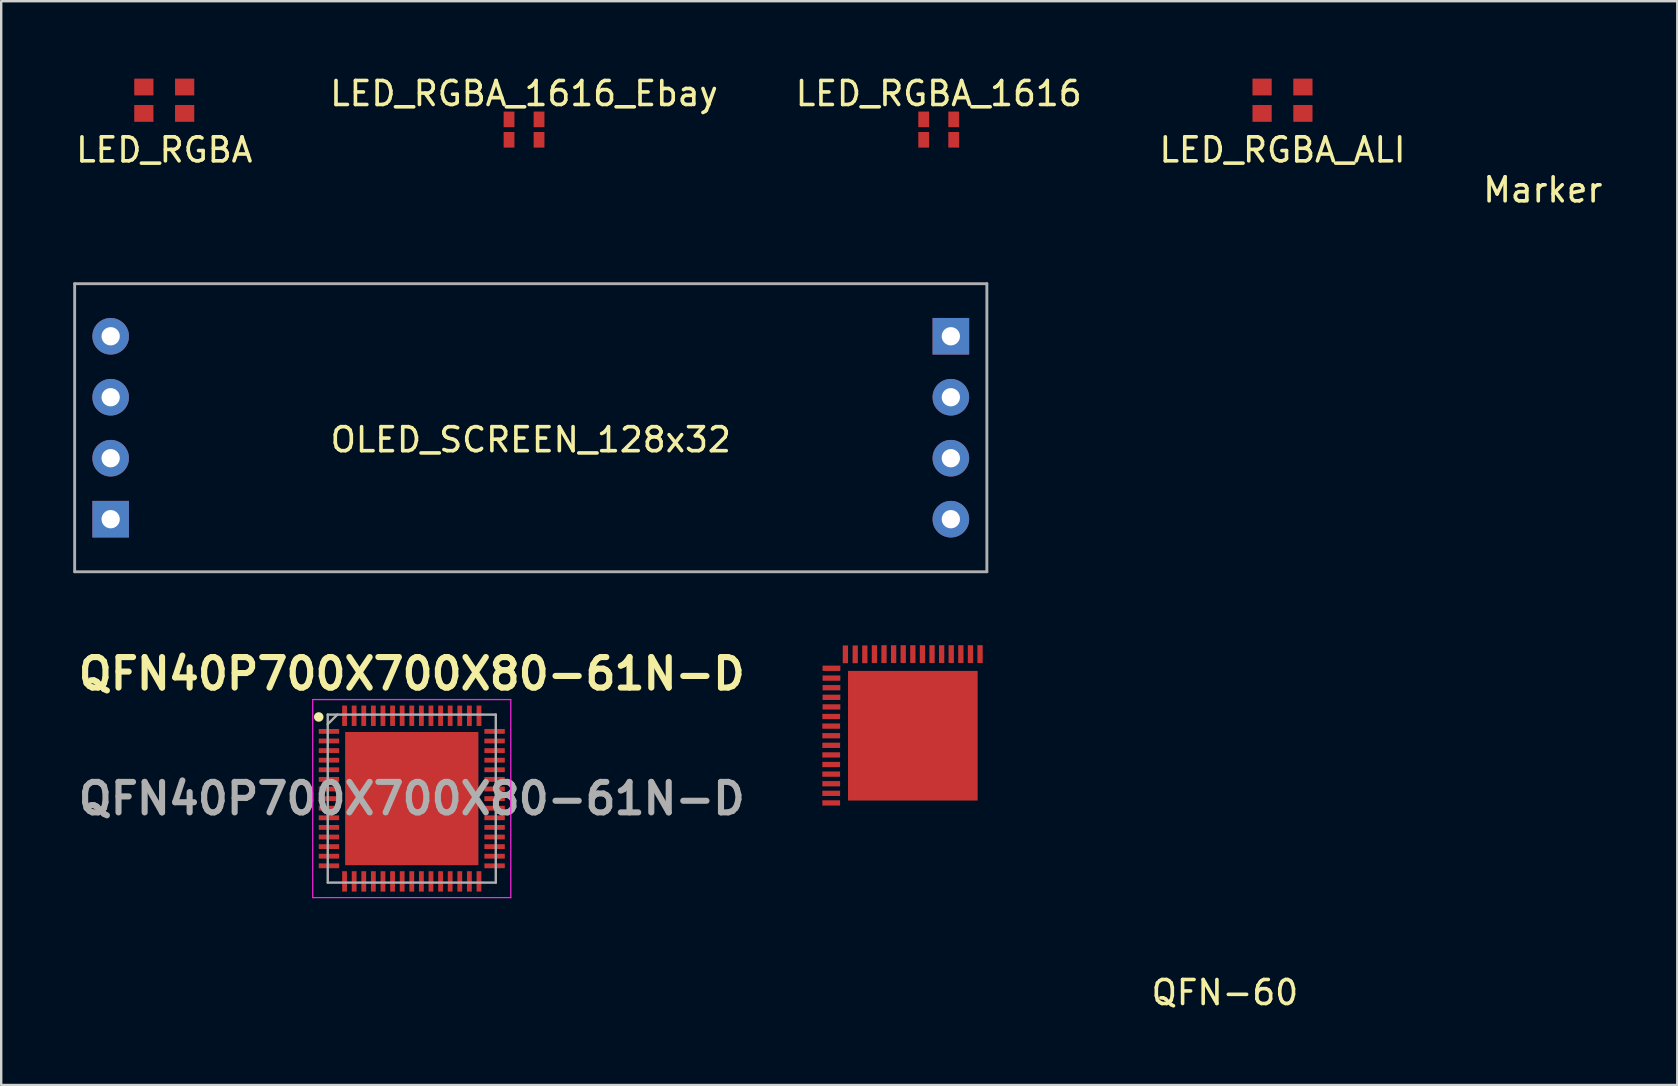
<source format=kicad_pcb>
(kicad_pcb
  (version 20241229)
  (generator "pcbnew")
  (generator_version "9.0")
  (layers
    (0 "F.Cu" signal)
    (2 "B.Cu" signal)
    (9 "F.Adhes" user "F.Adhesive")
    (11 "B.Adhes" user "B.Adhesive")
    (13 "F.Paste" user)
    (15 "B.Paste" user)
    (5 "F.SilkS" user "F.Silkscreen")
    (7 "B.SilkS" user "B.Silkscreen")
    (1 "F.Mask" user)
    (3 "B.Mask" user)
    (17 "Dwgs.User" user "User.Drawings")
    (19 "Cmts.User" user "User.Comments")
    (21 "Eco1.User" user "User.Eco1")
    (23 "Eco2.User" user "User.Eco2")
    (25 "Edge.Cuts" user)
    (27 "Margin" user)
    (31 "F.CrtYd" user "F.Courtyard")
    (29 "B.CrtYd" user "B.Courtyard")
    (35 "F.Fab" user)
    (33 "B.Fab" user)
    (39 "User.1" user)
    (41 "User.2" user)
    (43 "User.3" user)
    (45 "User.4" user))
  (footprint "LED_RGBA"
    (layer "F.Cu")
    (at 3.792 1.125)
    (property "Reference" "LED_RGBA" (at 0 2.07 0) (layer "F.SilkS") (effects (font (size 1 1) (thickness 0.15))))
    (fp_line (start -1.05 -1.05) (end 1.05 -1.05) (stroke (width 0.15) (type solid)) (layer "User.7"))
    (fp_line (start -1.05 1.05) (end -1.05 -1.05) (stroke (width 0.15) (type solid)) (layer "User.7"))
    (fp_line (start 1.05 -1.05) (end 1.05 1.05) (stroke (width 0.15) (type solid)) (layer "User.7"))
    (fp_line (start 1.05 1.05) (end -1.05 1.05) (stroke (width 0.15) (type solid)) (layer "User.7"))
    (pad "1" smd rect (at 0.85 0.55) (size 0.8 0.7) (layers "F.Cu" "F.Mask" "F.Paste"))
    (pad "2" smd rect (at 0.85 -0.55) (size 0.8 0.7) (layers "F.Cu" "F.Mask" "F.Paste"))
    (pad "3" smd rect (at -0.85 0.55) (size 0.8 0.7) (layers "F.Cu" "F.Mask" "F.Paste"))
    (pad "4" smd rect (at -0.85 -0.55) (size 0.8 0.7) (layers "F.Cu" "F.Mask" "F.Paste")))
  (footprint "LED_RGBA_ALI"
    (layer "F.Cu")
    (at 50.375 1.125)
    (property "Reference" "LED_RGBA_ALI" (at 0 2.07 0) (layer "F.SilkS") (effects (font (size 1 1) (thickness 0.15))))
    (fp_line (start -1.05 -1.05) (end 1.05 -1.05) (stroke (width 0.15) (type solid)) (layer "User.7"))
    (fp_line (start -1.05 1.05) (end -1.05 -1.05) (stroke (width 0.15) (type solid)) (layer "User.7"))
    (fp_line (start 1.05 -1.05) (end 1.05 1.05) (stroke (width 0.15) (type solid)) (layer "User.7"))
    (fp_line (start 1.05 1.05) (end -1.05 1.05) (stroke (width 0.15) (type solid)) (layer "User.7"))
    (pad "1" smd rect (at 0.85 -0.55) (size 0.8 0.7) (layers "F.Cu" "F.Mask" "F.Paste"))
    (pad "2" smd rect (at -0.85 0.55) (size 0.8 0.7) (layers "F.Cu" "F.Mask" "F.Paste"))
    (pad "3" smd rect (at -0.85 -0.55) (size 0.8 0.7) (layers "F.Cu" "F.Mask" "F.Paste"))
    (pad "4" smd rect (at 0.85 0.55) (size 0.8 0.7) (layers "F.Cu" "F.Mask" "F.Paste")))
  (footprint "QFN40P700X700X80-61N-D"
    (layer "F.Cu")
    (at 14.103 30.217)
    (property "Reference" "QFN40P700X700X80-61N-D" (at 0 -5.2 0) (layer "F.SilkS") (effects (font (size 1.27 1.27) (thickness 0.254))))
    (attr smd)
    (fp_circle (center -3.875 -3.4) (end -3.875 -3.3) (stroke (width 0.2) (type solid)) (fill no) (layer "F.SilkS"))
    (fp_line (start -4.125 -4.125) (end 4.125 -4.125) (stroke (width 0.05) (type solid)) (layer "F.CrtYd"))
    (fp_line (start -4.125 4.125) (end -4.125 -4.125) (stroke (width 0.05) (type solid)) (layer "F.CrtYd"))
    (fp_line (start 4.125 -4.125) (end 4.125 4.125) (stroke (width 0.05) (type solid)) (layer "F.CrtYd"))
    (fp_line (start 4.125 4.125) (end -4.125 4.125) (stroke (width 0.05) (type solid)) (layer "F.CrtYd"))
    (fp_line (start -3.5 -3.5) (end 3.5 -3.5) (stroke (width 0.1) (type solid)) (layer "F.Fab"))
    (fp_line (start -3.5 -3.1) (end -3.1 -3.5) (stroke (width 0.1) (type solid)) (layer "F.Fab"))
    (fp_line (start -3.5 3.5) (end -3.5 -3.5) (stroke (width 0.1) (type solid)) (layer "F.Fab"))
    (fp_line (start 3.5 -3.5) (end 3.5 3.5) (stroke (width 0.1) (type solid)) (layer "F.Fab"))
    (fp_line (start 3.5 3.5) (end -3.5 3.5) (stroke (width 0.1) (type solid)) (layer "F.Fab"))
    (fp_text user "${REFERENCE}" (at 0 0 0) (layer "F.Fab") (effects (font (size 1.27 1.27) (thickness 0.254))))
    (pad "1" smd rect (at -3.45 -2.8 90) (size 0.2 0.85) (layers "F.Cu" "F.Mask" "F.Paste"))
    (pad "2" smd rect (at -3.45 -2.4 90) (size 0.2 0.85) (layers "F.Cu" "F.Mask" "F.Paste"))
    (pad "3" smd rect (at -3.45 -2 90) (size 0.2 0.85) (layers "F.Cu" "F.Mask" "F.Paste"))
    (pad "4" smd rect (at -3.45 -1.6 90) (size 0.2 0.85) (layers "F.Cu" "F.Mask" "F.Paste"))
    (pad "5" smd rect (at -3.45 -1.2 90) (size 0.2 0.85) (layers "F.Cu" "F.Mask" "F.Paste"))
    (pad "6" smd rect (at -3.45 -0.8 90) (size 0.2 0.85) (layers "F.Cu" "F.Mask" "F.Paste"))
    (pad "7" smd rect (at -3.45 -0.4 90) (size 0.2 0.85) (layers "F.Cu" "F.Mask" "F.Paste"))
    (pad "8" smd rect (at -3.45 0 90) (size 0.2 0.85) (layers "F.Cu" "F.Mask" "F.Paste"))
    (pad "9" smd rect (at -3.45 0.4 90) (size 0.2 0.85) (layers "F.Cu" "F.Mask" "F.Paste"))
    (pad "10" smd rect (at -3.45 0.8 90) (size 0.2 0.85) (layers "F.Cu" "F.Mask" "F.Paste"))
    (pad "11" smd rect (at -3.45 1.2 90) (size 0.2 0.85) (layers "F.Cu" "F.Mask" "F.Paste"))
    (pad "12" smd rect (at -3.45 1.6 90) (size 0.2 0.85) (layers "F.Cu" "F.Mask" "F.Paste"))
    (pad "13" smd rect (at -3.45 2 90) (size 0.2 0.85) (layers "F.Cu" "F.Mask" "F.Paste"))
    (pad "14" smd rect (at -3.45 2.4 90) (size 0.2 0.85) (layers "F.Cu" "F.Mask" "F.Paste"))
    (pad "15" smd rect (at -3.45 2.8 90) (size 0.2 0.85) (layers "F.Cu" "F.Mask" "F.Paste"))
    (pad "16" smd rect (at -2.8 3.45) (size 0.2 0.85) (layers "F.Cu" "F.Mask" "F.Paste"))
    (pad "17" smd rect (at -2.4 3.45) (size 0.2 0.85) (layers "F.Cu" "F.Mask" "F.Paste"))
    (pad "18" smd rect (at -2 3.45) (size 0.2 0.85) (layers "F.Cu" "F.Mask" "F.Paste"))
    (pad "19" smd rect (at -1.6 3.45) (size 0.2 0.85) (layers "F.Cu" "F.Mask" "F.Paste"))
    (pad "20" smd rect (at -1.2 3.45) (size 0.2 0.85) (layers "F.Cu" "F.Mask" "F.Paste"))
    (pad "21" smd rect (at -0.8 3.45) (size 0.2 0.85) (layers "F.Cu" "F.Mask" "F.Paste"))
    (pad "22" smd rect (at -0.4 3.45) (size 0.2 0.85) (layers "F.Cu" "F.Mask" "F.Paste"))
    (pad "23" smd rect (at 0 3.45) (size 0.2 0.85) (layers "F.Cu" "F.Mask" "F.Paste"))
    (pad "24" smd rect (at 0.4 3.45) (size 0.2 0.85) (layers "F.Cu" "F.Mask" "F.Paste"))
    (pad "25" smd rect (at 0.8 3.45) (size 0.2 0.85) (layers "F.Cu" "F.Mask" "F.Paste"))
    (pad "26" smd rect (at 1.2 3.45) (size 0.2 0.85) (layers "F.Cu" "F.Mask" "F.Paste"))
    (pad "27" smd rect (at 1.6 3.45) (size 0.2 0.85) (layers "F.Cu" "F.Mask" "F.Paste"))
    (pad "28" smd rect (at 2 3.45) (size 0.2 0.85) (layers "F.Cu" "F.Mask" "F.Paste"))
    (pad "29" smd rect (at 2.4 3.45) (size 0.2 0.85) (layers "F.Cu" "F.Mask" "F.Paste"))
    (pad "30" smd rect (at 2.8 3.45) (size 0.2 0.85) (layers "F.Cu" "F.Mask" "F.Paste"))
    (pad "31" smd rect (at 3.45 2.8 90) (size 0.2 0.85) (layers "F.Cu" "F.Mask" "F.Paste"))
    (pad "32" smd rect (at 3.45 2.4 90) (size 0.2 0.85) (layers "F.Cu" "F.Mask" "F.Paste"))
    (pad "33" smd rect (at 3.45 2 90) (size 0.2 0.85) (layers "F.Cu" "F.Mask" "F.Paste"))
    (pad "34" smd rect (at 3.45 1.6 90) (size 0.2 0.85) (layers "F.Cu" "F.Mask" "F.Paste"))
    (pad "35" smd rect (at 3.45 1.2 90) (size 0.2 0.85) (layers "F.Cu" "F.Mask" "F.Paste"))
    (pad "36" smd rect (at 3.45 0.8 90) (size 0.2 0.85) (layers "F.Cu" "F.Mask" "F.Paste"))
    (pad "37" smd rect (at 3.45 0.4 90) (size 0.2 0.85) (layers "F.Cu" "F.Mask" "F.Paste"))
    (pad "38" smd rect (at 3.45 0 90) (size 0.2 0.85) (layers "F.Cu" "F.Mask" "F.Paste"))
    (pad "39" smd rect (at 3.45 -0.4 90) (size 0.2 0.85) (layers "F.Cu" "F.Mask" "F.Paste"))
    (pad "40" smd rect (at 3.45 -0.8 90) (size 0.2 0.85) (layers "F.Cu" "F.Mask" "F.Paste"))
    (pad "41" smd rect (at 3.45 -1.2 90) (size 0.2 0.85) (layers "F.Cu" "F.Mask" "F.Paste"))
    (pad "42" smd rect (at 3.45 -1.6 90) (size 0.2 0.85) (layers "F.Cu" "F.Mask" "F.Paste"))
    (pad "43" smd rect (at 3.45 -2 90) (size 0.2 0.85) (layers "F.Cu" "F.Mask" "F.Paste"))
    (pad "44" smd rect (at 3.45 -2.4 90) (size 0.2 0.85) (layers "F.Cu" "F.Mask" "F.Paste"))
    (pad "45" smd rect (at 3.45 -2.8 90) (size 0.2 0.85) (layers "F.Cu" "F.Mask" "F.Paste"))
    (pad "46" smd rect (at 2.8 -3.45) (size 0.2 0.85) (layers "F.Cu" "F.Mask" "F.Paste"))
    (pad "47" smd rect (at 2.4 -3.45) (size 0.2 0.85) (layers "F.Cu" "F.Mask" "F.Paste"))
    (pad "48" smd rect (at 2 -3.45) (size 0.2 0.85) (layers "F.Cu" "F.Mask" "F.Paste"))
    (pad "49" smd rect (at 1.6 -3.45) (size 0.2 0.85) (layers "F.Cu" "F.Mask" "F.Paste"))
    (pad "50" smd rect (at 1.2 -3.45) (size 0.2 0.85) (layers "F.Cu" "F.Mask" "F.Paste"))
    (pad "51" smd rect (at 0.8 -3.45) (size 0.2 0.85) (layers "F.Cu" "F.Mask" "F.Paste"))
    (pad "52" smd rect (at 0.4 -3.45) (size 0.2 0.85) (layers "F.Cu" "F.Mask" "F.Paste"))
    (pad "53" smd rect (at 0 -3.45) (size 0.2 0.85) (layers "F.Cu" "F.Mask" "F.Paste"))
    (pad "54" smd rect (at -0.4 -3.45) (size 0.2 0.85) (layers "F.Cu" "F.Mask" "F.Paste"))
    (pad "55" smd rect (at -0.8 -3.45) (size 0.2 0.85) (layers "F.Cu" "F.Mask" "F.Paste"))
    (pad "56" smd rect (at -1.2 -3.45) (size 0.2 0.85) (layers "F.Cu" "F.Mask" "F.Paste"))
    (pad "57" smd rect (at -1.6 -3.45) (size 0.2 0.85) (layers "F.Cu" "F.Mask" "F.Paste"))
    (pad "58" smd rect (at -2 -3.45) (size 0.2 0.85) (layers "F.Cu" "F.Mask" "F.Paste"))
    (pad "59" smd rect (at -2.4 -3.45) (size 0.2 0.85) (layers "F.Cu" "F.Mask" "F.Paste"))
    (pad "60" smd rect (at -2.8 -3.45) (size 0.2 0.85) (layers "F.Cu" "F.Mask" "F.Paste"))
    (pad "61" smd rect (at 0 0) (size 5.55 5.55) (layers "F.Cu" "F.Mask" "F.Paste")))
  (footprint "QFN-60"
    (layer "F.Cu")
    (at 34.976 27.598)
    (property "Reference" "QFN-60" (at 13 10.7 0) (unlocked yes) (layer "F.SilkS") (effects (font (size 1 1) (thickness 0.15))))
    (pad "1" smd rect (at -3.4 -0.8 90) (size 0.22 0.74) (layers "F.Cu" "F.Mask" "F.Paste"))
    (pad "1" smd rect (at -3.4 -0.4 90) (size 0.22 0.74) (layers "F.Cu" "F.Mask" "F.Paste"))
    (pad "1" smd rect (at -3.4 0 90) (size 0.22 0.74) (layers "F.Cu" "F.Mask" "F.Paste"))
    (pad "1" smd rect (at -3.4 0.4 90) (size 0.22 0.74) (layers "F.Cu" "F.Mask" "F.Paste"))
    (pad "1" smd rect (at -3.4 0.8 90) (size 0.22 0.74) (layers "F.Cu" "F.Mask" "F.Paste"))
    (pad "1" smd rect (at -3.4 1.2 90) (size 0.22 0.74) (layers "F.Cu" "F.Mask" "F.Paste"))
    (pad "1" smd rect (at -3.4 1.6 90) (size 0.22 0.74) (layers "F.Cu" "F.Mask" "F.Paste"))
    (pad "1" smd rect (at -3.4 2 90) (size 0.22 0.74) (layers "F.Cu" "F.Mask" "F.Paste"))
    (pad "1" smd rect (at -3.4 2.4 90) (size 0.22 0.74) (layers "F.Cu" "F.Mask" "F.Paste"))
    (pad "1" smd rect (at -3.4 2.8 90) (size 0.22 0.74) (layers "F.Cu" "F.Mask" "F.Paste"))
    (pad "1" smd rect (at -3.39 -2.81 90) (size 0.22 0.74) (layers "F.Cu" "F.Mask" "F.Paste"))
    (pad "1" smd rect (at -3.39 -2.4 90) (size 0.22 0.74) (layers "F.Cu" "F.Mask" "F.Paste"))
    (pad "1" smd rect (at -3.39 -2 90) (size 0.22 0.74) (layers "F.Cu" "F.Mask" "F.Paste"))
    (pad "1" smd rect (at -3.39 -1.6 90) (size 0.22 0.74) (layers "F.Cu" "F.Mask" "F.Paste"))
    (pad "1" smd rect (at -3.39 -1.2 90) (size 0.22 0.74) (layers "F.Cu" "F.Mask" "F.Paste"))
    (pad "46" smd rect (at 2.8 -3.4) (size 0.22 0.74) (layers "F.Cu" "F.Mask" "F.Paste"))
    (pad "47" smd rect (at 2.4 -3.4) (size 0.22 0.74) (layers "F.Cu" "F.Mask" "F.Paste"))
    (pad "48" smd rect (at 2 -3.4) (size 0.22 0.74) (layers "F.Cu" "F.Mask" "F.Paste"))
    (pad "49" smd rect (at 1.6 -3.4) (size 0.22 0.74) (layers "F.Cu" "F.Mask" "F.Paste"))
    (pad "50" smd rect (at 1.2 -3.4) (size 0.22 0.74) (layers "F.Cu" "F.Mask" "F.Paste"))
    (pad "51" smd rect (at 0.8 -3.4) (size 0.22 0.74) (layers "F.Cu" "F.Mask" "F.Paste"))
    (pad "52" smd rect (at 0.4 -3.4) (size 0.22 0.74) (layers "F.Cu" "F.Mask" "F.Paste"))
    (pad "53" smd rect (at 0 -3.4) (size 0.22 0.74) (layers "F.Cu" "F.Mask" "F.Paste"))
    (pad "54" smd rect (at -0.4 -3.4) (size 0.22 0.74) (layers "F.Cu" "F.Mask" "F.Paste"))
    (pad "55" smd rect (at -0.8 -3.4) (size 0.22 0.74) (layers "F.Cu" "F.Mask" "F.Paste"))
    (pad "56" smd rect (at -1.2 -3.4) (size 0.22 0.74) (layers "F.Cu" "F.Mask" "F.Paste"))
    (pad "57" smd rect (at -1.6 -3.4) (size 0.22 0.74) (layers "F.Cu" "F.Mask" "F.Paste"))
    (pad "58" smd rect (at -2 -3.39) (size 0.22 0.74) (layers "F.Cu" "F.Mask" "F.Paste"))
    (pad "59" smd rect (at -2.4 -3.39) (size 0.22 0.74) (layers "F.Cu" "F.Mask" "F.Paste"))
    (pad "60" smd rect (at -2.81 -3.39) (size 0.22 0.74) (layers "F.Cu" "F.Mask" "F.Paste"))
    (pad "61" smd rect (at 0 0) (size 5.4 5.4) (layers "F.Cu" "F.Mask" "F.Paste")))
  (footprint "Marker"
    (layer "F.Cu")
    (at 61.22 2.06)
    (property "Reference" "Marker" (at 0 2.8 0) (unlocked yes) (layer "F.SilkS") (effects (font (size 1 1) (thickness 0.15))))
    (fp_line (start -2 0) (end 2 0) (stroke (width 0.12) (type solid)) (layer "User.7"))
    (fp_line (start 0 -2) (end 0 2) (stroke (width 0.12) (type solid)) (layer "User.7"))
    (fp_circle (center 0 0) (end 2 0) (stroke (width 0.12) (type solid)) (fill no) (layer "User.7")))
  (footprint "OLED_SCREEN_128x32"
    (layer "F.Cu")
    (at 19.06 14.768)
    (property "Reference" "OLED_SCREEN_128x32" (at 0 0.5 0) (layer "F.SilkS") (effects (font (size 1 1) (thickness 0.15))))
    (attr through_hole)
    (fp_line (start -19 -6) (end -19 6) (stroke (width 0.12) (type solid)) (layer "F.Fab"))
    (fp_line (start -19 -6) (end 19 -6) (stroke (width 0.12) (type solid)) (layer "F.Fab"))
    (fp_line (start 19 -6) (end 19 6) (stroke (width 0.12) (type solid)) (layer "F.Fab"))
    (fp_line (start 19 6) (end -19 6) (stroke (width 0.12) (type solid)) (layer "F.Fab"))
    (pad "1" thru_hole rect (at -17.5 3.81) (size 1.524 1.524) (drill 0.762) (layers "*.Cu" "*.Mask"))
    (pad "1" thru_hole rect (at 17.5 -3.81) (size 1.524 1.524) (drill 0.762) (layers "*.Cu" "*.Mask"))
    (pad "2" thru_hole circle (at -17.5 1.27) (size 1.524 1.524) (drill 0.762) (layers "*.Cu" "*.Mask"))
    (pad "2" thru_hole circle (at 17.5 -1.27) (size 1.524 1.524) (drill 0.762) (layers "*.Cu" "*.Mask"))
    (pad "3" thru_hole circle (at -17.5 -1.27) (size 1.524 1.524) (drill 0.762) (layers "*.Cu" "*.Mask"))
    (pad "3" thru_hole circle (at 17.5 1.27) (size 1.524 1.524) (drill 0.762) (layers "*.Cu" "*.Mask"))
    (pad "4" thru_hole circle (at -17.5 -3.81) (size 1.524 1.524) (drill 0.762) (layers "*.Cu" "*.Mask"))
    (pad "4" thru_hole circle (at 17.5 3.81) (size 1.524 1.524) (drill 0.762) (layers "*.Cu" "*.Mask")))
  (footprint "LED_RGBA_1616"
    (layer "F.Cu")
    (at 36.054 2.348)
    (property "Reference" "LED_RGBA_1616" (at 0 -1.5 0) (unlocked yes) (layer "F.SilkS") (effects (font (size 1 1) (thickness 0.15))))
    (fp_line (start -0.8 -0.75) (end -0.8 0.75) (stroke (width 0.12) (type solid)) (layer "User.7"))
    (fp_line (start -0.8 -0.75) (end 0.8 -0.75) (stroke (width 0.12) (type solid)) (layer "User.7"))
    (fp_line (start -0.8 0.75) (end 0.8 0.75) (stroke (width 0.12) (type solid)) (layer "User.7"))
    (fp_line (start 0.8 0.75) (end 0.8 -0.75) (stroke (width 0.12) (type solid)) (layer "User.7"))
    (pad "1" smd rect (at -0.625 -0.425) (size 0.45 0.65) (layers "F.Cu" "F.Mask" "F.Paste"))
    (pad "2" smd rect (at 0.625 -0.425) (size 0.45 0.65) (layers "F.Cu" "F.Mask" "F.Paste"))
    (pad "3" smd rect (at 0.625 0.425) (size 0.45 0.65) (layers "F.Cu" "F.Mask" "F.Paste"))
    (pad "4" smd rect (at -0.625 0.425) (size 0.45 0.65) (layers "F.Cu" "F.Mask" "F.Paste")))
  (footprint "LED_RGBA_1616_Ebay"
    (layer "F.Cu")
    (at 18.78 2.348)
    (property "Reference" "LED_RGBA_1616_Ebay" (at 0 -1.5 0) (unlocked yes) (layer "F.SilkS") (effects (font (size 1 1) (thickness 0.15))))
    (fp_line (start -0.8 -0.75) (end -0.8 0.75) (stroke (width 0.12) (type solid)) (layer "User.7"))
    (fp_line (start -0.8 -0.75) (end 0.8 -0.75) (stroke (width 0.12) (type solid)) (layer "User.7"))
    (fp_line (start -0.8 0.75) (end 0.8 0.75) (stroke (width 0.12) (type solid)) (layer "User.7"))
    (fp_line (start 0.8 0.75) (end 0.8 -0.75) (stroke (width 0.12) (type solid)) (layer "User.7"))
    (pad "1" smd rect (at 0.625 -0.425) (size 0.45 0.65) (layers "F.Cu" "F.Mask" "F.Paste"))
    (pad "2" smd rect (at 0.625 0.425) (size 0.45 0.65) (layers "F.Cu" "F.Mask" "F.Paste"))
    (pad "3" smd rect (at -0.625 0.425) (size 0.45 0.65) (layers "F.Cu" "F.Mask" "F.Paste"))
    (pad "4" smd rect (at -0.625 -0.425) (size 0.45 0.65) (layers "F.Cu" "F.Mask" "F.Paste")))
  (gr_rect
    (start -3 -3)
    (end 66.821 42.147)
    (stroke (width 0.1) (type default))
    (fill no)
    (layer "Edge.Cuts")))
</source>
